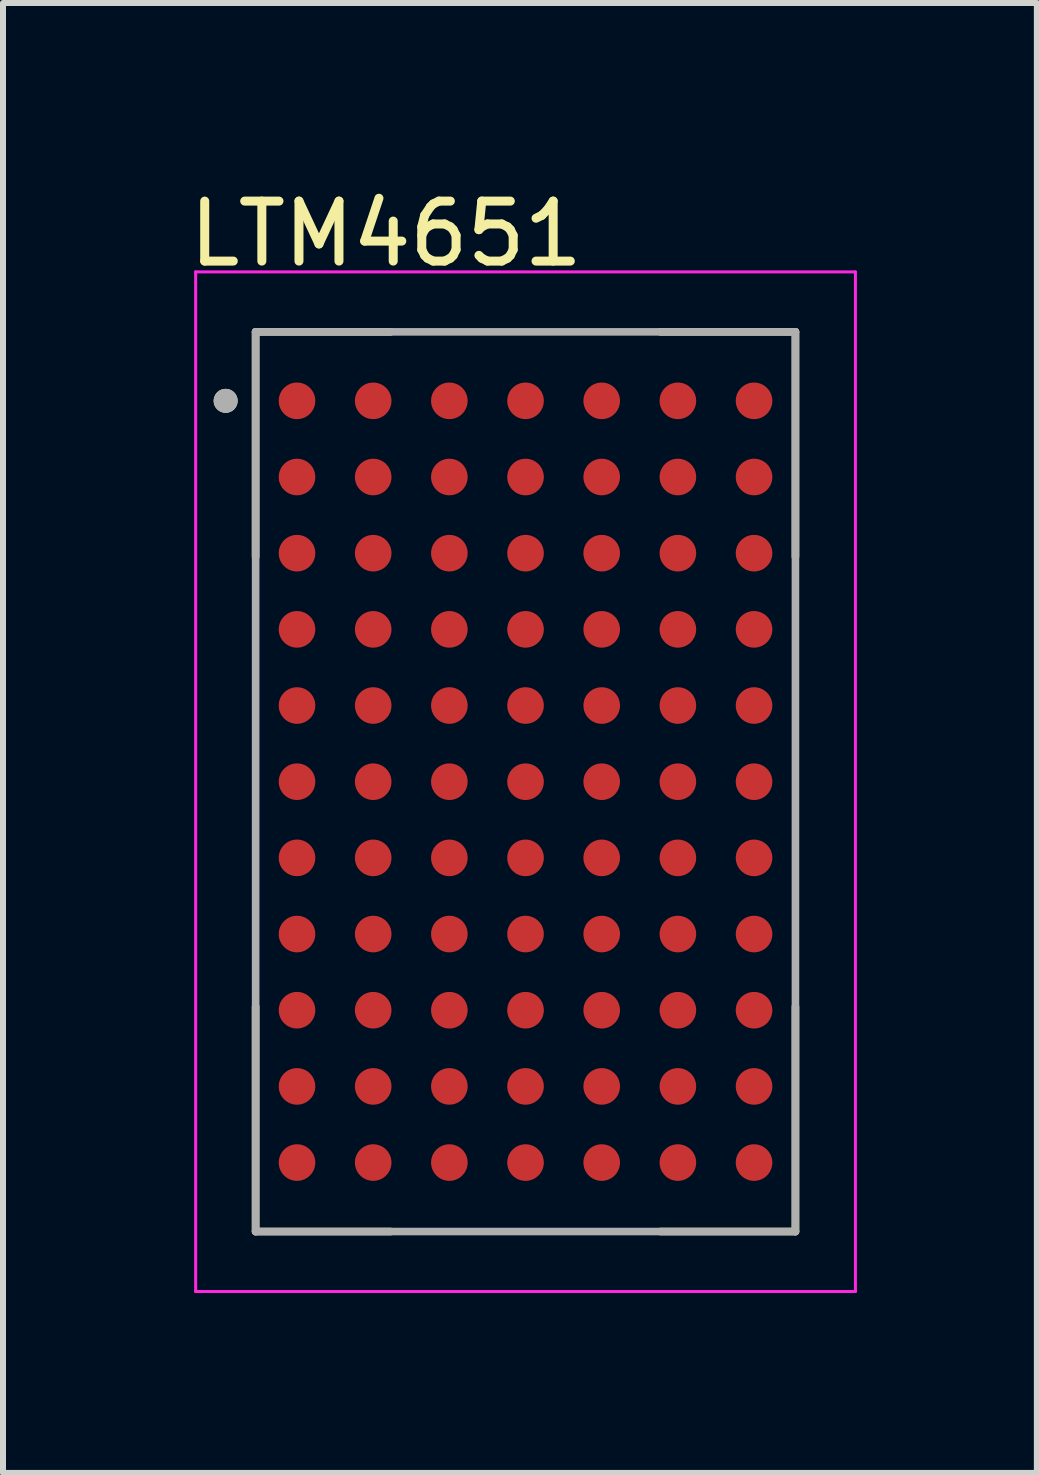
<source format=kicad_pcb>
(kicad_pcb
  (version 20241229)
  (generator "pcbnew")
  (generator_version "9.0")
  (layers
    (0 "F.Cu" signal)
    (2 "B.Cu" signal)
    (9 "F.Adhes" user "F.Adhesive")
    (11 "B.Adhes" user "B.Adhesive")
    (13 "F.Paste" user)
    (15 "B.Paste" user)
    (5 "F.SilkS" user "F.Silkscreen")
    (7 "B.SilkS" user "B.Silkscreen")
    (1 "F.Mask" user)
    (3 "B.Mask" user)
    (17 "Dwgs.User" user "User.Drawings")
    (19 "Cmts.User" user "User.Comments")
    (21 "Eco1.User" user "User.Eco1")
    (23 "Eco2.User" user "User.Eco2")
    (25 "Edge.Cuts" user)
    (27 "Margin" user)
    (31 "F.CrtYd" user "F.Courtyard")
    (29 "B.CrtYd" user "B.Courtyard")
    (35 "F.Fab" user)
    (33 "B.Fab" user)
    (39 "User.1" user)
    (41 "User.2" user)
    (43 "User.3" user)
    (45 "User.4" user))
  (footprint "LTM4651"
    (layer "F.Cu")
    (at 5.712 9.983)
    (property "Reference" "LTM4651" (at -2.325 -9.135 0) (layer "F.SilkS") (effects (font (size 1 1) (thickness 0.15))))
    (attr smd)
    (fp_line (start -4.5 -7.5) (end -4.5 -3.75) (stroke (width 0.127) (type solid)) (layer "F.SilkS"))
    (fp_line (start -4.5 -7.5) (end -2.25 -7.5) (stroke (width 0.127) (type solid)) (layer "F.SilkS"))
    (fp_line (start -4.5 7.5) (end -4.5 3.75) (stroke (width 0.127) (type solid)) (layer "F.SilkS"))
    (fp_line (start -4.5 7.5) (end -2.25 7.5) (stroke (width 0.127) (type solid)) (layer "F.SilkS"))
    (fp_line (start 4.5 -7.5) (end 2.25 -7.5) (stroke (width 0.127) (type solid)) (layer "F.SilkS"))
    (fp_line (start 4.5 -7.5) (end 4.5 -3.75) (stroke (width 0.127) (type solid)) (layer "F.SilkS"))
    (fp_line (start 4.5 7.5) (end 2.25 7.5) (stroke (width 0.127) (type solid)) (layer "F.SilkS"))
    (fp_line (start 4.5 7.5) (end 4.5 3.75) (stroke (width 0.127) (type solid)) (layer "F.SilkS"))
    (fp_circle (center -5 -6.35) (end -4.9 -6.35) (stroke (width 0.2) (type solid)) (fill no) (layer "F.SilkS"))
    (fp_line (start -5.5 -8.5) (end 5.5 -8.5) (stroke (width 0.05) (type solid)) (layer "F.CrtYd"))
    (fp_line (start -5.5 8.5) (end -5.5 -8.5) (stroke (width 0.05) (type solid)) (layer "F.CrtYd"))
    (fp_line (start -5.5 8.5) (end 5.5 8.5) (stroke (width 0.05) (type solid)) (layer "F.CrtYd"))
    (fp_line (start 5.5 8.5) (end 5.5 -8.5) (stroke (width 0.05) (type solid)) (layer "F.CrtYd"))
    (fp_line (start -4.5 7.5) (end -4.5 -7.5) (stroke (width 0.127) (type solid)) (layer "F.Fab"))
    (fp_line (start 4.5 -7.5) (end -4.5 -7.5) (stroke (width 0.127) (type solid)) (layer "F.Fab"))
    (fp_line (start 4.5 7.5) (end -4.5 7.5) (stroke (width 0.127) (type solid)) (layer "F.Fab"))
    (fp_line (start 4.5 7.5) (end 4.5 -7.5) (stroke (width 0.127) (type solid)) (layer "F.Fab"))
    (fp_circle (center -5 -6.35) (end -4.9 -6.35) (stroke (width 0.2) (type solid)) (fill no) (layer "F.Fab"))
    (pad "A1" smd circle (at -3.81 -6.35) (size 0.61 0.61) (layers "F.Cu" "F.Mask" "F.Paste"))
    (pad "A2" smd circle (at -2.54 -6.35) (size 0.61 0.61) (layers "F.Cu" "F.Mask" "F.Paste"))
    (pad "A3" smd circle (at -1.27 -6.35) (size 0.61 0.61) (layers "F.Cu" "F.Mask" "F.Paste"))
    (pad "A4" smd circle (at 0 -6.35) (size 0.61 0.61) (layers "F.Cu" "F.Mask" "F.Paste"))
    (pad "A5" smd circle (at 1.27 -6.35) (size 0.61 0.61) (layers "F.Cu" "F.Mask" "F.Paste"))
    (pad "A6" smd circle (at 2.54 -6.35) (size 0.61 0.61) (layers "F.Cu" "F.Mask" "F.Paste"))
    (pad "A7" smd circle (at 3.81 -6.35) (size 0.61 0.61) (layers "F.Cu" "F.Mask" "F.Paste"))
    (pad "B1" smd circle (at -3.81 -5.08) (size 0.61 0.61) (layers "F.Cu" "F.Mask" "F.Paste"))
    (pad "B2" smd circle (at -2.54 -5.08) (size 0.61 0.61) (layers "F.Cu" "F.Mask" "F.Paste"))
    (pad "B3" smd circle (at -1.27 -5.08) (size 0.61 0.61) (layers "F.Cu" "F.Mask" "F.Paste"))
    (pad "B4" smd circle (at 0 -5.08) (size 0.61 0.61) (layers "F.Cu" "F.Mask" "F.Paste"))
    (pad "B5" smd circle (at 1.27 -5.08) (size 0.61 0.61) (layers "F.Cu" "F.Mask" "F.Paste"))
    (pad "B6" smd circle (at 2.54 -5.08) (size 0.61 0.61) (layers "F.Cu" "F.Mask" "F.Paste"))
    (pad "B7" smd circle (at 3.81 -5.08) (size 0.61 0.61) (layers "F.Cu" "F.Mask" "F.Paste"))
    (pad "C1" smd circle (at -3.81 -3.81) (size 0.61 0.61) (layers "F.Cu" "F.Mask" "F.Paste"))
    (pad "C2" smd circle (at -2.54 -3.81) (size 0.61 0.61) (layers "F.Cu" "F.Mask" "F.Paste"))
    (pad "C3" smd circle (at -1.27 -3.81) (size 0.61 0.61) (layers "F.Cu" "F.Mask" "F.Paste"))
    (pad "C4" smd circle (at 0 -3.81) (size 0.61 0.61) (layers "F.Cu" "F.Mask" "F.Paste"))
    (pad "C5" smd circle (at 1.27 -3.81) (size 0.61 0.61) (layers "F.Cu" "F.Mask" "F.Paste"))
    (pad "C6" smd circle (at 2.54 -3.81) (size 0.61 0.61) (layers "F.Cu" "F.Mask" "F.Paste"))
    (pad "C7" smd circle (at 3.81 -3.81) (size 0.61 0.61) (layers "F.Cu" "F.Mask" "F.Paste"))
    (pad "D1" smd circle (at -3.81 -2.54) (size 0.61 0.61) (layers "F.Cu" "F.Mask" "F.Paste"))
    (pad "D2" smd circle (at -2.54 -2.54) (size 0.61 0.61) (layers "F.Cu" "F.Mask" "F.Paste"))
    (pad "D3" smd circle (at -1.27 -2.54) (size 0.61 0.61) (layers "F.Cu" "F.Mask" "F.Paste"))
    (pad "D4" smd circle (at 0 -2.54) (size 0.61 0.61) (layers "F.Cu" "F.Mask" "F.Paste"))
    (pad "D5" smd circle (at 1.27 -2.54) (size 0.61 0.61) (layers "F.Cu" "F.Mask" "F.Paste"))
    (pad "D6" smd circle (at 2.54 -2.54) (size 0.61 0.61) (layers "F.Cu" "F.Mask" "F.Paste"))
    (pad "D7" smd circle (at 3.81 -2.54) (size 0.61 0.61) (layers "F.Cu" "F.Mask" "F.Paste"))
    (pad "E1" smd circle (at -3.81 -1.27) (size 0.61 0.61) (layers "F.Cu" "F.Mask" "F.Paste"))
    (pad "E2" smd circle (at -2.54 -1.27) (size 0.61 0.61) (layers "F.Cu" "F.Mask" "F.Paste"))
    (pad "E3" smd circle (at -1.27 -1.27) (size 0.61 0.61) (layers "F.Cu" "F.Mask" "F.Paste"))
    (pad "E4" smd circle (at 0 -1.27) (size 0.61 0.61) (layers "F.Cu" "F.Mask" "F.Paste"))
    (pad "E5" smd circle (at 1.27 -1.27) (size 0.61 0.61) (layers "F.Cu" "F.Mask" "F.Paste"))
    (pad "E6" smd circle (at 2.54 -1.27) (size 0.61 0.61) (layers "F.Cu" "F.Mask" "F.Paste"))
    (pad "E7" smd circle (at 3.81 -1.27) (size 0.61 0.61) (layers "F.Cu" "F.Mask" "F.Paste"))
    (pad "F1" smd circle (at -3.81 0) (size 0.61 0.61) (layers "F.Cu" "F.Mask" "F.Paste"))
    (pad "F2" smd circle (at -2.54 0) (size 0.61 0.61) (layers "F.Cu" "F.Mask" "F.Paste"))
    (pad "F3" smd circle (at -1.27 0) (size 0.61 0.61) (layers "F.Cu" "F.Mask" "F.Paste"))
    (pad "F4" smd circle (at 0 0) (size 0.61 0.61) (layers "F.Cu" "F.Mask" "F.Paste"))
    (pad "F5" smd circle (at 1.27 0) (size 0.61 0.61) (layers "F.Cu" "F.Mask" "F.Paste"))
    (pad "F6" smd circle (at 2.54 0) (size 0.61 0.61) (layers "F.Cu" "F.Mask" "F.Paste"))
    (pad "F7" smd circle (at 3.81 0) (size 0.61 0.61) (layers "F.Cu" "F.Mask" "F.Paste"))
    (pad "G1" smd circle (at -3.81 1.27) (size 0.61 0.61) (layers "F.Cu" "F.Mask" "F.Paste"))
    (pad "G2" smd circle (at -2.54 1.27) (size 0.61 0.61) (layers "F.Cu" "F.Mask" "F.Paste"))
    (pad "G3" smd circle (at -1.27 1.27) (size 0.61 0.61) (layers "F.Cu" "F.Mask" "F.Paste"))
    (pad "G4" smd circle (at 0 1.27) (size 0.61 0.61) (layers "F.Cu" "F.Mask" "F.Paste"))
    (pad "G5" smd circle (at 1.27 1.27) (size 0.61 0.61) (layers "F.Cu" "F.Mask" "F.Paste"))
    (pad "G6" smd circle (at 2.54 1.27) (size 0.61 0.61) (layers "F.Cu" "F.Mask" "F.Paste"))
    (pad "G7" smd circle (at 3.81 1.27) (size 0.61 0.61) (layers "F.Cu" "F.Mask" "F.Paste"))
    (pad "H1" smd circle (at -3.81 2.54) (size 0.61 0.61) (layers "F.Cu" "F.Mask" "F.Paste"))
    (pad "H2" smd circle (at -2.54 2.54) (size 0.61 0.61) (layers "F.Cu" "F.Mask" "F.Paste"))
    (pad "H3" smd circle (at -1.27 2.54) (size 0.61 0.61) (layers "F.Cu" "F.Mask" "F.Paste"))
    (pad "H4" smd circle (at 0 2.54) (size 0.61 0.61) (layers "F.Cu" "F.Mask" "F.Paste"))
    (pad "H5" smd circle (at 1.27 2.54) (size 0.61 0.61) (layers "F.Cu" "F.Mask" "F.Paste"))
    (pad "H6" smd circle (at 2.54 2.54) (size 0.61 0.61) (layers "F.Cu" "F.Mask" "F.Paste"))
    (pad "H7" smd circle (at 3.81 2.54) (size 0.61 0.61) (layers "F.Cu" "F.Mask" "F.Paste"))
    (pad "J1" smd circle (at -3.81 3.81) (size 0.61 0.61) (layers "F.Cu" "F.Mask" "F.Paste"))
    (pad "J2" smd circle (at -2.54 3.81) (size 0.61 0.61) (layers "F.Cu" "F.Mask" "F.Paste"))
    (pad "J3" smd circle (at -1.27 3.81) (size 0.61 0.61) (layers "F.Cu" "F.Mask" "F.Paste"))
    (pad "J4" smd circle (at 0 3.81) (size 0.61 0.61) (layers "F.Cu" "F.Mask" "F.Paste"))
    (pad "J5" smd circle (at 1.27 3.81) (size 0.61 0.61) (layers "F.Cu" "F.Mask" "F.Paste"))
    (pad "J6" smd circle (at 2.54 3.81) (size 0.61 0.61) (layers "F.Cu" "F.Mask" "F.Paste"))
    (pad "J7" smd circle (at 3.81 3.81) (size 0.61 0.61) (layers "F.Cu" "F.Mask" "F.Paste"))
    (pad "K1" smd circle (at -3.81 5.08) (size 0.61 0.61) (layers "F.Cu" "F.Mask" "F.Paste"))
    (pad "K2" smd circle (at -2.54 5.08) (size 0.61 0.61) (layers "F.Cu" "F.Mask" "F.Paste"))
    (pad "K3" smd circle (at -1.27 5.08) (size 0.61 0.61) (layers "F.Cu" "F.Mask" "F.Paste"))
    (pad "K4" smd circle (at 0 5.08) (size 0.61 0.61) (layers "F.Cu" "F.Mask" "F.Paste"))
    (pad "K5" smd circle (at 1.27 5.08) (size 0.61 0.61) (layers "F.Cu" "F.Mask" "F.Paste"))
    (pad "K6" smd circle (at 2.54 5.08) (size 0.61 0.61) (layers "F.Cu" "F.Mask" "F.Paste"))
    (pad "K7" smd circle (at 3.81 5.08) (size 0.61 0.61) (layers "F.Cu" "F.Mask" "F.Paste"))
    (pad "L1" smd circle (at -3.81 6.35) (size 0.61 0.61) (layers "F.Cu" "F.Mask" "F.Paste"))
    (pad "L2" smd circle (at -2.54 6.35) (size 0.61 0.61) (layers "F.Cu" "F.Mask" "F.Paste"))
    (pad "L3" smd circle (at -1.27 6.35) (size 0.61 0.61) (layers "F.Cu" "F.Mask" "F.Paste"))
    (pad "L4" smd circle (at 0 6.35) (size 0.61 0.61) (layers "F.Cu" "F.Mask" "F.Paste"))
    (pad "L5" smd circle (at 1.27 6.35) (size 0.61 0.61) (layers "F.Cu" "F.Mask" "F.Paste"))
    (pad "L6" smd circle (at 2.54 6.35) (size 0.61 0.61) (layers "F.Cu" "F.Mask" "F.Paste"))
    (pad "L7" smd circle (at 3.81 6.35) (size 0.61 0.61) (layers "F.Cu" "F.Mask" "F.Paste")))
  (gr_rect
    (start -3 -3)
    (end 14.237 21.508)
    (stroke (width 0.1) (type default))
    (fill no)
    (layer "Edge.Cuts")))
</source>
